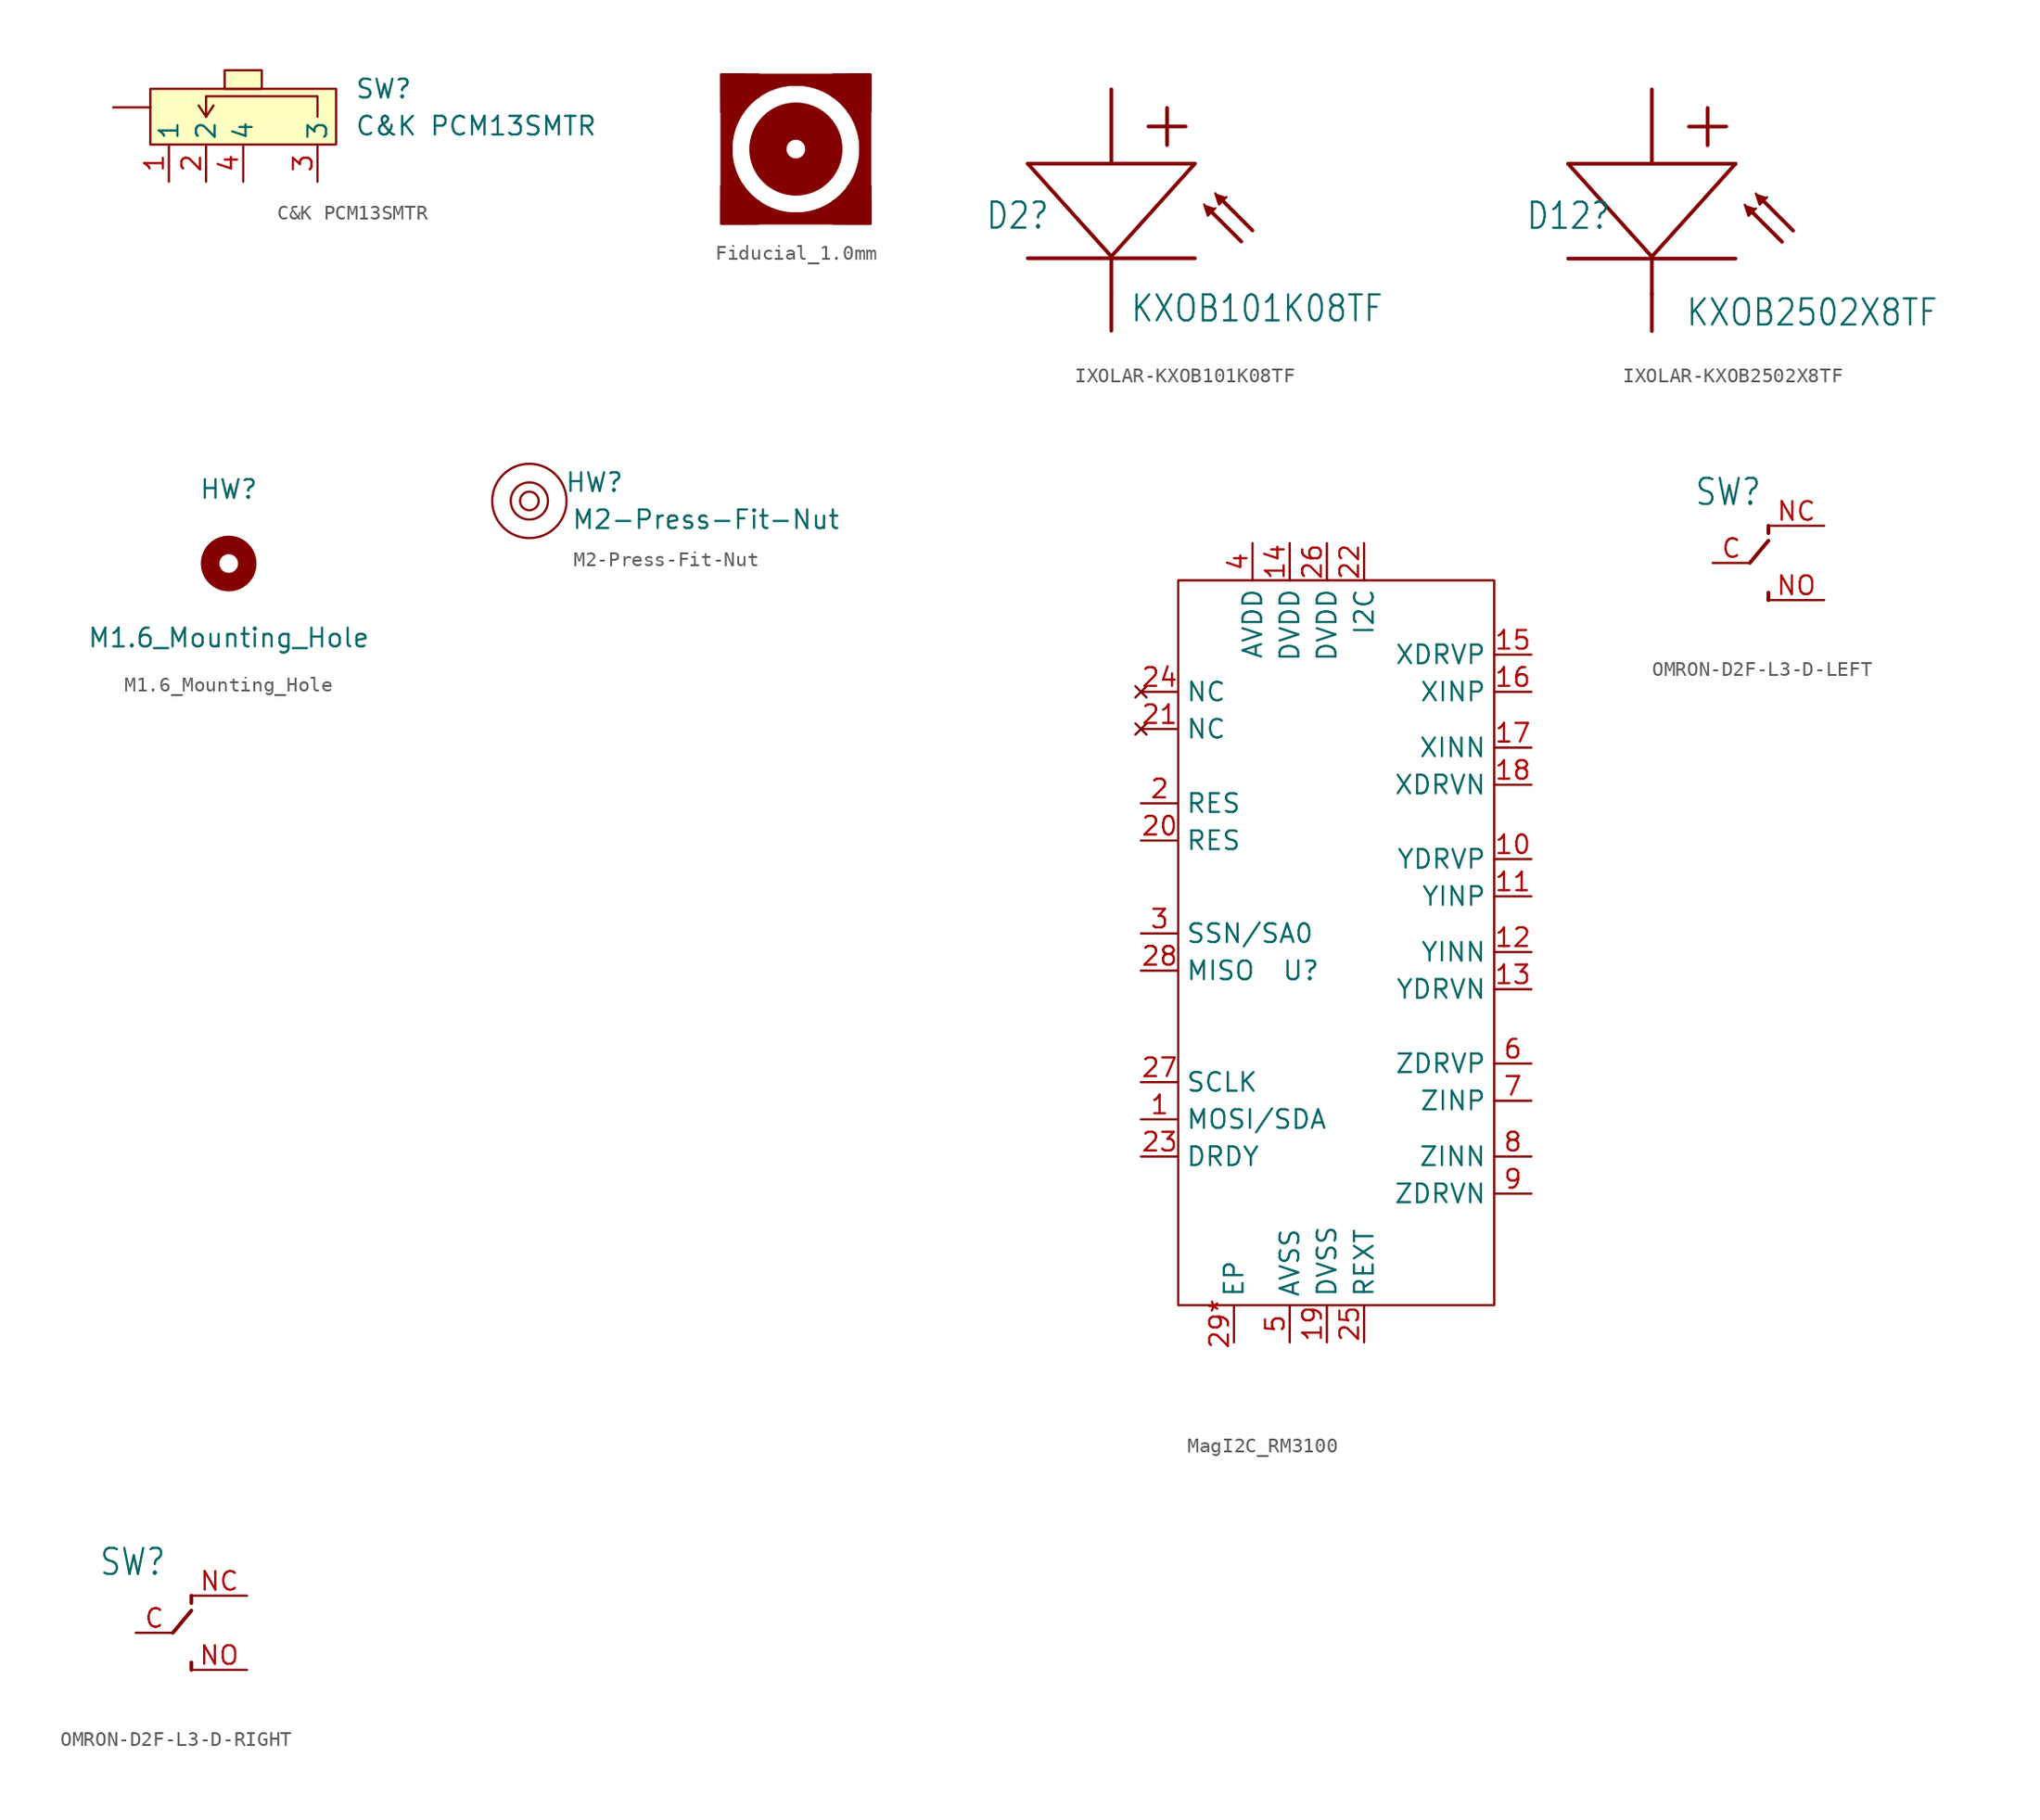
<source format=kicad_sym>
(kicad_symbol_lib
  (version 20241209)
  (generator "kicad_symbol_editor")
  (generator_version "9.0")
  (symbol "C&K PCM13SMTR"
    (pin_names
      (offset 0.254))
    (property "Reference" "SW"
      (at 7.62 1.27 0)
      (effects (font (size 1.27 1.27)) (justify left)))
    (property "Value" "C&K PCM13SMTR"
      (at 7.62 -1.27 0)
      (effects (font (size 1.27 1.27)) (justify left)))
    (symbol "C&K PCM13SMTR_0_1"
      (rectangle (start -6.35 1.27) (end 6.35 -2.54) (stroke (width 0) (type default)) (fill (type background)))
      (rectangle (start -1.27 2.54) (end 1.27 1.27) (stroke (width 0) (type default)) (fill (type background))))
    (symbol "C&K PCM13SMTR_1_1"
      (polyline (pts (xy -2.54 -0.635) (xy -3.048 0.127)) (stroke (width 0) (type default)) (fill (type none)))
      (polyline (pts (xy -2.54 -0.635) (xy -2.032 0.127)) (stroke (width 0) (type default)) (fill (type none)))
      (polyline (pts (xy -2.54 -0.635) (xy -2.54 0.762) (xy 5.08 0.762) (xy 5.08 -0.635)) (stroke (width 0) (type default)) (fill (type none)))
      (pin passive line (at -8.89 0 0) (length 2.54) (name "5" (effects (font (size 0 0)))) (number "5" (effects (font (size 0 0)))))
      (pin passive line (at -8.89 0 0) (length 2.54) (hide yes) (name "6" (effects (font (size 0 0)))) (number "6" (effects (font (size 0 0)))))
      (pin passive line (at -8.89 0 0) (length 2.54) (hide yes) (name "7" (effects (font (size 0 0)))) (number "7" (effects (font (size 0 0)))))
      (pin passive line (at -8.89 0 0) (length 2.54) (hide yes) (name "8" (effects (font (size 0 0)))) (number "8" (effects (font (size 0 0)))))
      (pin passive line (at -5.08 -5.08 90) (length 2.54) (name "1" (effects (font (size 1.27 1.27)))) (number "1" (effects (font (size 1.27 1.27)))))
      (pin passive line (at -2.54 -5.08 90) (length 2.54) (name "2" (effects (font (size 1.27 1.27)))) (number "2" (effects (font (size 1.27 1.27)))))
      (pin passive line (at 0 -5.08 90) (length 2.54) (name "4" (effects (font (size 1.27 1.27)))) (number "4" (effects (font (size 1.27 1.27)))))
      (pin passive line (at 5.08 -5.08 90) (length 2.54) (name "3" (effects (font (size 1.27 1.27)))) (number "3" (effects (font (size 1.27 1.27)))))))
  (symbol "Fiducial_1.0mm"
    (property "Reference" "FIDUCIAL"
      (at 0 -9.525 0)
      (effects (font (size 1.27 1.27)) (hide yes)))
    (symbol "Fiducial_1.0mm_1_0"
      (polyline (pts (xy -5.08 5.08) (xy 5.08 5.08)) (stroke (width 0.127) (type default)) (fill (type none)))
      (rectangle (start -5.08 3.556) (end -2.54 5.08) (stroke (width 0) (type default)) (fill (type outline)))
      (rectangle (start -5.08 2.54) (end -3.556 5.08) (stroke (width 0) (type default)) (fill (type outline)))
      (rectangle (start -5.08 -5.08) (end -3.556 -2.54) (stroke (width 0) (type default)) (fill (type outline)))
      (rectangle (start -5.08 -5.08) (end -2.54 -3.556) (stroke (width 0) (type default)) (fill (type outline)))
      (polyline (pts (xy -5.08 -5.08) (xy -5.08 5.08)) (stroke (width 0.127) (type default)) (fill (type none)))
      (polyline (pts (xy -5.08 -5.08) (xy 5.08 -5.08)) (stroke (width 0.127) (type default)) (fill (type none)))
      (polyline (pts (xy -4.699 2.54) (xy -4.699 -2.54)) (stroke (width 0.762) (type default)) (fill (type none)))
      (polyline (pts (xy -2.54 4.699) (xy 2.54 4.699)) (stroke (width 0.762) (type default)) (fill (type none)))
      (polyline (pts (xy -2.54 -4.699) (xy 2.54 -4.699)) (stroke (width 0.762) (type default)) (fill (type none)))
      (circle (center 0 0) (radius 1.905) (stroke (width 2.54) (type default)) (fill (type none)))
      (circle (center 0 0) (radius 4.699) (stroke (width 0.762) (type default)) (fill (type none)))
      (rectangle (start 2.54 3.556) (end 5.08 5.08) (stroke (width 0) (type default)) (fill (type outline)))
      (rectangle (start 2.54 -5.08) (end 5.08 -3.556) (stroke (width 0) (type default)) (fill (type outline)))
      (rectangle (start 3.556 2.54) (end 5.08 5.08) (stroke (width 0) (type default)) (fill (type outline)))
      (rectangle (start 3.556 -5.08) (end 5.08 -2.54) (stroke (width 0) (type default)) (fill (type outline)))
      (polyline (pts (xy 4.699 -2.54) (xy 4.699 2.54)) (stroke (width 0.762) (type default)) (fill (type none)))
      (polyline (pts (xy 5.08 5.08) (xy 5.08 -5.08)) (stroke (width 0.127) (type default)) (fill (type none)))))
  (symbol "IXOLAR-KXOB101K08TF"
    (property "Reference" "D2"
      (at -8.636 -1.016 0)
      (effects (font (size 1.778 1.511)) (justify left)))
    (property "Value" "KXOB101K08TF"
      (at 1.27 -7.366 0)
      (effects (font (size 1.778 1.511)) (justify left)))
    (symbol "IXOLAR-KXOB101K08TF_1_0"
      (polyline (pts (xy -5.715 2.54) (xy 0 -3.81)) (stroke (width 0.254) (type solid)) (fill (type none)))
      (polyline (pts (xy 0 2.54) (xy -5.715 2.54)) (stroke (width 0.254) (type solid)) (fill (type none)))
      (polyline (pts (xy 0 2.54) (xy 0 7.62)) (stroke (width 0.254) (type solid)) (fill (type none)))
      (polyline (pts (xy 0 -3.81) (xy 5.715 2.54)) (stroke (width 0.254) (type solid)) (fill (type none)))
      (polyline (pts (xy 0 -6.35) (xy 0 -3.81)) (stroke (width 0.254) (type solid)) (fill (type none)))
      (polyline (pts (xy 0 -8.89) (xy 0 -6.35)) (stroke (width 0.254) (type solid)) (fill (type none)))
      (polyline (pts (xy 2.54 5.08) (xy 3.81 5.08)) (stroke (width 0.254) (type solid)) (fill (type none)))
      (polyline (pts (xy 3.81 5.08) (xy 3.81 6.35)) (stroke (width 0.254) (type solid)) (fill (type none)))
      (polyline (pts (xy 3.81 5.08) (xy 3.81 3.81)) (stroke (width 0.254) (type solid)) (fill (type none)))
      (polyline (pts (xy 5.08 5.08) (xy 3.81 5.08)) (stroke (width 0.254) (type solid)) (fill (type none)))
      (polyline (pts (xy 5.715 2.54) (xy 0 2.54)) (stroke (width 0.254) (type solid)) (fill (type none)))
      (polyline (pts (xy 5.715 -3.937) (xy -5.715 -3.937)) (stroke (width 0.254) (type solid)) (fill (type none)))
      (polyline (pts (xy 6.604 -0.508) (xy 8.89 -2.794)) (stroke (width 0.254) (type solid)) (fill (type none)))
      (polyline (pts (xy 7.112 -0.508) (xy 6.604 -1.016) (xy 6.35 -0.254)) (stroke (width 0.152) (type solid)) (fill (type outline)))
      (polyline (pts (xy 7.366 0.254) (xy 9.652 -2.032)) (stroke (width 0.254) (type solid)) (fill (type none)))
      (polyline (pts (xy 7.874 0.254) (xy 7.366 -0.254) (xy 7.112 0.508)) (stroke (width 0.152) (type solid)) (fill (type outline)))
      (pin power_out line (at 0 7.62 270) (length 0) (name "A1" (effects (font (size 0 0)))) (number "POS1" (effects (font (size 0 0)))))
      (pin power_out line (at 0 -8.89 90) (length 0) (name "C2" (effects (font (size 0 0)))) (number "NEG2" (effects (font (size 0 0)))))))
  (symbol "IXOLAR-KXOB2502X8TF"
    (property "Reference" "D12"
      (at -8.636 -1.016 0)
      (effects (font (size 1.778 1.511)) (justify left)))
    (property "Value" "KXOB2502X8TF"
      (at 2.286 -7.62 0)
      (effects (font (size 1.778 1.511)) (justify left)))
    (symbol "IXOLAR-KXOB2502X8TF_1_0"
      (polyline (pts (xy -5.715 2.54) (xy 0 -3.81)) (stroke (width 0.254) (type solid)) (fill (type none)))
      (polyline (pts (xy 0 2.54) (xy -5.715 2.54)) (stroke (width 0.254) (type solid)) (fill (type none)))
      (polyline (pts (xy 0 2.54) (xy 0 7.62)) (stroke (width 0.254) (type solid)) (fill (type none)))
      (polyline (pts (xy 0 -3.81) (xy 5.715 2.54)) (stroke (width 0.254) (type solid)) (fill (type none)))
      (polyline (pts (xy 0 -6.35) (xy 0 -3.81)) (stroke (width 0.254) (type solid)) (fill (type none)))
      (polyline (pts (xy 0 -8.89) (xy 0 -6.35)) (stroke (width 0.254) (type solid)) (fill (type none)))
      (polyline (pts (xy 2.54 5.08) (xy 3.81 5.08)) (stroke (width 0.254) (type solid)) (fill (type none)))
      (polyline (pts (xy 3.81 5.08) (xy 3.81 6.35)) (stroke (width 0.254) (type solid)) (fill (type none)))
      (polyline (pts (xy 3.81 5.08) (xy 3.81 3.81)) (stroke (width 0.254) (type solid)) (fill (type none)))
      (polyline (pts (xy 5.08 5.08) (xy 3.81 5.08)) (stroke (width 0.254) (type solid)) (fill (type none)))
      (polyline (pts (xy 5.715 2.54) (xy 0 2.54)) (stroke (width 0.254) (type solid)) (fill (type none)))
      (polyline (pts (xy 5.715 -3.937) (xy -5.715 -3.937)) (stroke (width 0.254) (type solid)) (fill (type none)))
      (polyline (pts (xy 6.604 -0.508) (xy 8.89 -2.794)) (stroke (width 0.254) (type solid)) (fill (type none)))
      (polyline (pts (xy 7.112 -0.508) (xy 6.604 -1.016) (xy 6.35 -0.254)) (stroke (width 0.152) (type solid)) (fill (type outline)))
      (polyline (pts (xy 7.366 0.254) (xy 9.652 -2.032)) (stroke (width 0.254) (type solid)) (fill (type none)))
      (polyline (pts (xy 7.874 0.254) (xy 7.366 -0.254) (xy 7.112 0.508)) (stroke (width 0.152) (type solid)) (fill (type outline)))
      (pin power_out line (at 0 7.62 270) (length 0) (name "A1" (effects (font (size 0 0)))) (number "POS1" (effects (font (size 0 0)))))
      (pin power_out line (at 0 -8.89 90) (length 0) (name "C2" (effects (font (size 0 0)))) (number "NEG2" (effects (font (size 0 0)))))))
  (symbol "M1.6_Mounting_Hole"
    (pin_numbers
      (hide yes))
    (pin_names
      (offset 0)
      (hide yes))
    (property "Reference" "HW"
      (at 0 5.08 0)
      (effects (font (size 1.27 1.27))))
    (property "Value" "M1.6_Mounting_Hole"
      (at 0 -5.08 0)
      (effects (font (size 1.27 1.27))))
    (symbol "M1.6_Mounting_Hole_0_1"
      (circle (center 0 0) (radius 1.27) (stroke (width 1.27) (type default)) (fill (type none)))))
  (symbol "M2-Press-Fit-Nut"
    (pin_numbers
      (hide yes))
    (pin_names
      (offset 0)
      (hide yes))
    (property "Reference" "HW"
      (at 4.445 1.27 0)
      (effects (font (size 1.27 1.27))))
    (property "Value" "M2-Press-Fit-Nut"
      (at 12.065 -1.27 0)
      (effects (font (size 1.27 1.27))))
    (symbol "M2-Press-Fit-Nut_0_1"
      (circle (center 0 0) (radius 0.635) (stroke (width 0) (type default)) (fill (type none)))
      (circle (center 0 0) (radius 1.27) (stroke (width 0) (type default)) (fill (type none)))
      (circle (center 0 0) (radius 2.54) (stroke (width 0) (type default)) (fill (type none)))))
  (symbol "MagI2C_RM3100"
    (property "Reference" "U"
      (at 21.082 1.27 0)
      (effects (font (size 1.27 1.27))))
    (property "Value" ""
      (at 0 0 0)
      (effects (font (size 1.27 1.27))))
    (symbol "MagI2C_RM3100_0_1"
      (rectangle (start 12.7 27.94) (end 34.29 -21.59) (stroke (width 0) (type default)) (fill (type none))))
    (symbol "MagI2C_RM3100_1_1"
      (pin no_connect line (at 10.16 20.32 0) (length 2.54) (name "NC" (effects (font (size 1.27 1.27)))) (number "24" (effects (font (size 1.27 1.27)))))
      (pin no_connect line (at 10.16 17.78 0) (length 2.54) (name "NC" (effects (font (size 1.27 1.27)))) (number "21" (effects (font (size 1.27 1.27)))))
      (pin input line (at 10.16 12.7 0) (length 2.54) (name "RES" (effects (font (size 1.27 1.27)))) (number "2" (effects (font (size 1.27 1.27)))))
      (pin passive line (at 10.16 10.16 0) (length 2.54) (name "RES" (effects (font (size 1.27 1.27)))) (number "20" (effects (font (size 1.27 1.27)))))
      (pin input line (at 10.16 3.81 0) (length 2.54) (name "SSN/SA0" (effects (font (size 1.27 1.27)))) (number "3" (effects (font (size 1.27 1.27)))))
      (pin output line (at 10.16 1.27 0) (length 2.54) (name "MISO" (effects (font (size 1.27 1.27)))) (number "28" (effects (font (size 1.27 1.27)))))
      (pin input line (at 10.16 -6.35 0) (length 2.54) (name "SCLK" (effects (font (size 1.27 1.27)))) (number "27" (effects (font (size 1.27 1.27)))))
      (pin bidirectional line (at 10.16 -8.89 0) (length 2.54) (name "MOSI/SDA" (effects (font (size 1.27 1.27)))) (number "1" (effects (font (size 1.27 1.27)))))
      (pin output line (at 10.16 -11.43 0) (length 2.54) (name "DRDY" (effects (font (size 1.27 1.27)))) (number "23" (effects (font (size 1.27 1.27)))))
      (pin passive line (at 16.51 -24.13 90) (length 2.54) (name "EP" (effects (font (size 1.27 1.27)))) (number "29*" (effects (font (size 1.27 1.27)))))
      (pin power_in line (at 17.78 30.48 270) (length 2.54) (name "AVDD" (effects (font (size 1.27 1.27)))) (number "4" (effects (font (size 1.27 1.27)))))
      (pin power_in line (at 20.32 30.48 270) (length 2.54) (name "DVDD" (effects (font (size 1.27 1.27)))) (number "14" (effects (font (size 1.27 1.27)))))
      (pin power_in line (at 20.32 -24.13 90) (length 2.54) (name "AVSS" (effects (font (size 1.27 1.27)))) (number "5" (effects (font (size 1.27 1.27)))))
      (pin power_in line (at 22.86 30.48 270) (length 2.54) (name "DVDD" (effects (font (size 1.27 1.27)))) (number "26" (effects (font (size 1.27 1.27)))))
      (pin power_in line (at 22.86 -24.13 90) (length 2.54) (name "DVSS" (effects (font (size 1.27 1.27)))) (number "19" (effects (font (size 1.27 1.27)))))
      (pin input line (at 25.4 30.48 270) (length 2.54) (name "I2C" (effects (font (size 1.27 1.27)))) (number "22" (effects (font (size 1.27 1.27)))))
      (pin passive line (at 25.4 -24.13 90) (length 2.54) (name "REXT" (effects (font (size 1.27 1.27)))) (number "25" (effects (font (size 1.27 1.27)))))
      (pin passive line (at 36.83 22.86 180) (length 2.54) (name "XDRVP" (effects (font (size 1.27 1.27)))) (number "15" (effects (font (size 1.27 1.27)))))
      (pin passive line (at 36.83 20.32 180) (length 2.54) (name "XINP" (effects (font (size 1.27 1.27)))) (number "16" (effects (font (size 1.27 1.27)))))
      (pin passive line (at 36.83 16.51 180) (length 2.54) (name "XINN" (effects (font (size 1.27 1.27)))) (number "17" (effects (font (size 1.27 1.27)))))
      (pin passive line (at 36.83 13.97 180) (length 2.54) (name "XDRVN" (effects (font (size 1.27 1.27)))) (number "18" (effects (font (size 1.27 1.27)))))
      (pin passive line (at 36.83 8.89 180) (length 2.54) (name "YDRVP" (effects (font (size 1.27 1.27)))) (number "10" (effects (font (size 1.27 1.27)))))
      (pin passive line (at 36.83 6.35 180) (length 2.54) (name "YINP" (effects (font (size 1.27 1.27)))) (number "11" (effects (font (size 1.27 1.27)))))
      (pin passive line (at 36.83 2.54 180) (length 2.54) (name "YINN" (effects (font (size 1.27 1.27)))) (number "12" (effects (font (size 1.27 1.27)))))
      (pin passive line (at 36.83 0 180) (length 2.54) (name "YDRVN" (effects (font (size 1.27 1.27)))) (number "13" (effects (font (size 1.27 1.27)))))
      (pin passive line (at 36.83 -5.08 180) (length 2.54) (name "ZDRVP" (effects (font (size 1.27 1.27)))) (number "6" (effects (font (size 1.27 1.27)))))
      (pin passive line (at 36.83 -7.62 180) (length 2.54) (name "ZINP" (effects (font (size 1.27 1.27)))) (number "7" (effects (font (size 1.27 1.27)))))
      (pin passive line (at 36.83 -11.43 180) (length 2.54) (name "ZINN" (effects (font (size 1.27 1.27)))) (number "8" (effects (font (size 1.27 1.27)))))
      (pin passive line (at 36.83 -13.97 180) (length 2.54) (name "ZDRVN" (effects (font (size 1.27 1.27)))) (number "9" (effects (font (size 1.27 1.27)))))))
  (symbol "OMRON-D2F-L3-D-LEFT"
    (property "Reference" "SW"
      (at -5.08 3.81 0)
      (effects (font (size 1.778 1.511)) (justify left bottom)))
    (property "Value" ""
      (at -5.08 -5.08 0)
      (effects (font (size 1.778 1.511)) (justify left bottom)))
    (symbol "OMRON-D2F-L3-D-LEFT_1_0"
      (polyline (pts (xy -1.27 0) (xy 0 1.524)) (stroke (width 0.254) (type solid)) (fill (type none)))
      (polyline (pts (xy 0 2.54) (xy 0 2.032)) (stroke (width 0.254) (type solid)) (fill (type none)))
      (polyline (pts (xy 0 -2.54) (xy 0 -2.032)) (stroke (width 0.254) (type solid)) (fill (type none)))
      (pin passive line (at -3.81 0 0) (length 2.54) (name "COM" (effects (font (size 0 0)))) (number "C" (effects (font (size 1.27 1.27)))))
      (pin passive line (at 3.81 2.54 180) (length 3.81) (name "NC" (effects (font (size 0 0)))) (number "NC" (effects (font (size 1.27 1.27)))))
      (pin passive line (at 3.81 -2.54 180) (length 3.81) (name "NO" (effects (font (size 0 0)))) (number "NO" (effects (font (size 1.27 1.27)))))))
  (symbol "OMRON-D2F-L3-D-RIGHT"
    (property "Reference" "SW"
      (at -6.35 3.81 0)
      (effects (font (size 1.778 1.511)) (justify left bottom)))
    (property "Value" ""
      (at -5.08 -5.08 0)
      (effects (font (size 1.778 1.511)) (justify left bottom)))
    (symbol "OMRON-D2F-L3-D-RIGHT_1_0"
      (polyline (pts (xy -1.27 0) (xy 0 1.524)) (stroke (width 0.254) (type solid)) (fill (type none)))
      (polyline (pts (xy 0 2.54) (xy 0 2.032)) (stroke (width 0.254) (type solid)) (fill (type none)))
      (polyline (pts (xy 0 -2.54) (xy 0 -2.032)) (stroke (width 0.254) (type solid)) (fill (type none)))
      (pin passive line (at -3.81 0 0) (length 2.54) (name "COM" (effects (font (size 0 0)))) (number "C" (effects (font (size 1.27 1.27)))))
      (pin passive line (at 3.81 2.54 180) (length 3.81) (name "NC" (effects (font (size 0 0)))) (number "NC" (effects (font (size 1.27 1.27)))))
      (pin passive line (at 3.81 -2.54 180) (length 3.81) (name "NO" (effects (font (size 0 0)))) (number "NO" (effects (font (size 1.27 1.27))))))))
</source>
